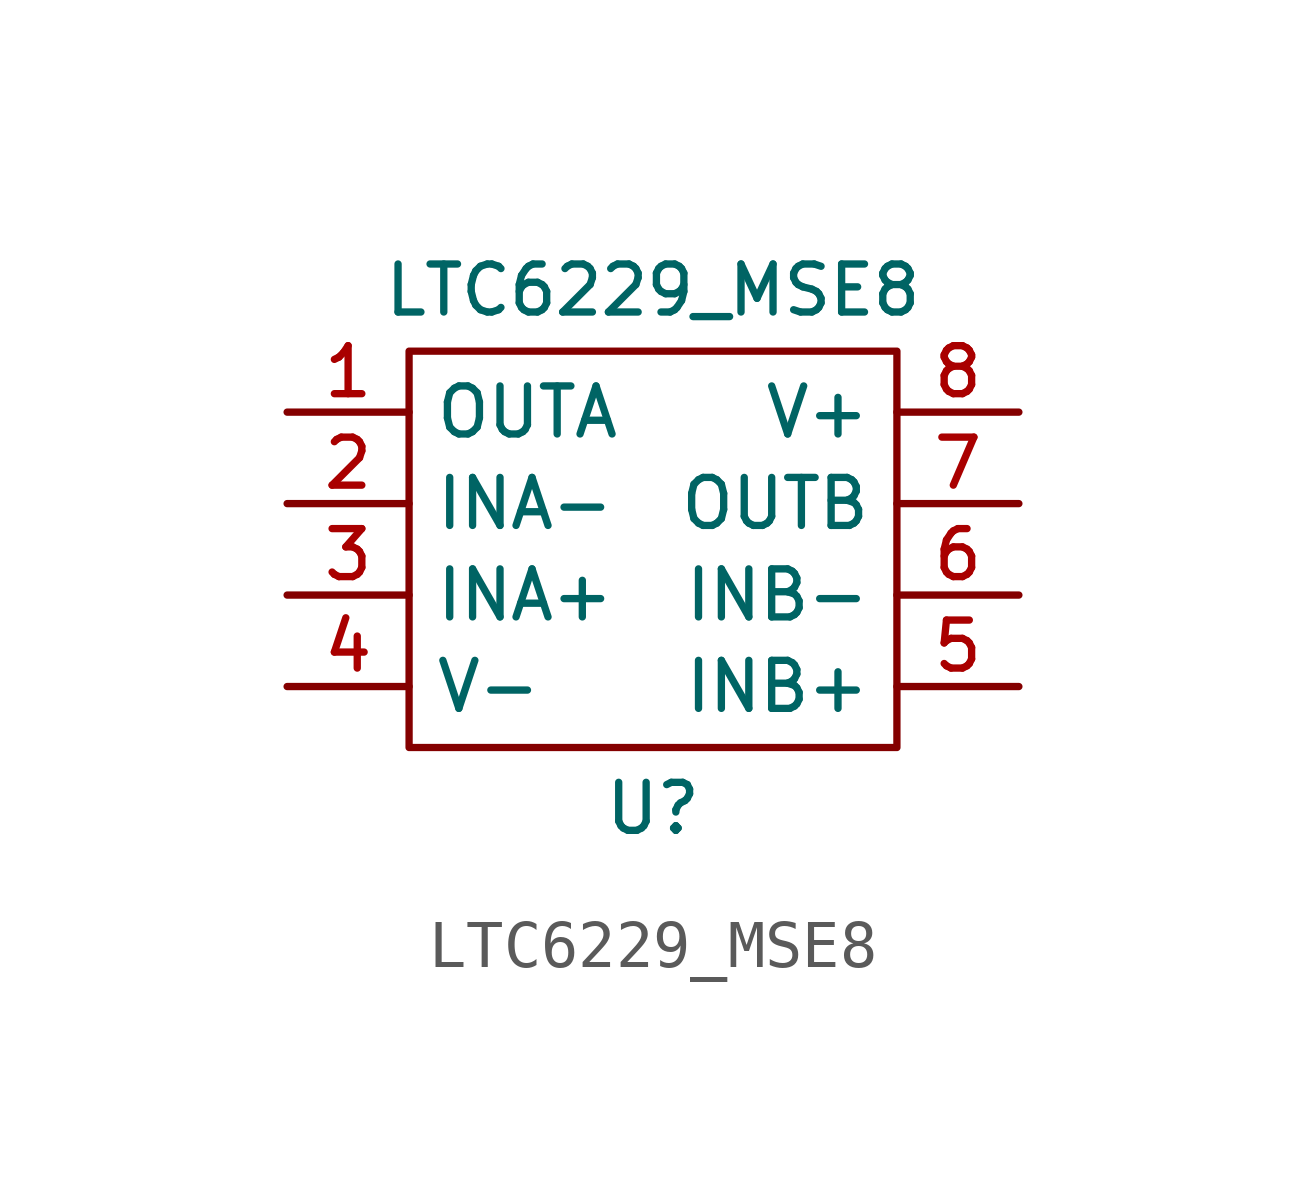
<source format=kicad_sym>
(kicad_symbol_lib
  (version 20211014)
  (generator kicad_symbol_editor)
  (symbol "LTC6229_MSE8"
    (property "Reference" "U"
      (at 0 -5.08 0)
      (effects (font (size 1 1))))
    (property "Value" "LTC6229_MSE8"
      (at 0 5.715 0)
      (effects (font (size 1 1))))
    (symbol "LTC6229_MSE8_0_1"
      (rectangle (start -5.08 4.445) (end 5.08 -3.81) (stroke (width 0.152) (type default) (color 0 0 0 0)) (fill (type none))))
    (symbol "LTC6229_MSE8_1_1"
      (pin output line (at -7.62 3.175 0) (length 2.54) (name "OUTA" (effects (font (size 1 1)))) (number "1" (effects (font (size 1 1)))))
      (pin input line (at -7.62 1.27 0) (length 2.54) (name "INA-" (effects (font (size 1 1)))) (number "2" (effects (font (size 1 1)))))
      (pin input line (at -7.62 -0.635 0) (length 2.54) (name "INA+" (effects (font (size 1 1)))) (number "3" (effects (font (size 1 1)))))
      (pin power_in line (at -7.62 -2.54 0) (length 2.54) (name "V-" (effects (font (size 1 1)))) (number "4" (effects (font (size 1 1)))))
      (pin input line (at 7.62 -2.54 180) (length 2.54) (name "INB+" (effects (font (size 1 1)))) (number "5" (effects (font (size 1 1)))))
      (pin input line (at 7.62 -0.635 180) (length 2.54) (name "INB-" (effects (font (size 1 1)))) (number "6" (effects (font (size 1 1)))))
      (pin output line (at 7.62 1.27 180) (length 2.54) (name "OUTB" (effects (font (size 1 1)))) (number "7" (effects (font (size 1 1)))))
      (pin power_in line (at 7.62 3.175 180) (length 2.54) (name "V+" (effects (font (size 1 1)))) (number "8" (effects (font (size 1 1))))))))
</source>
